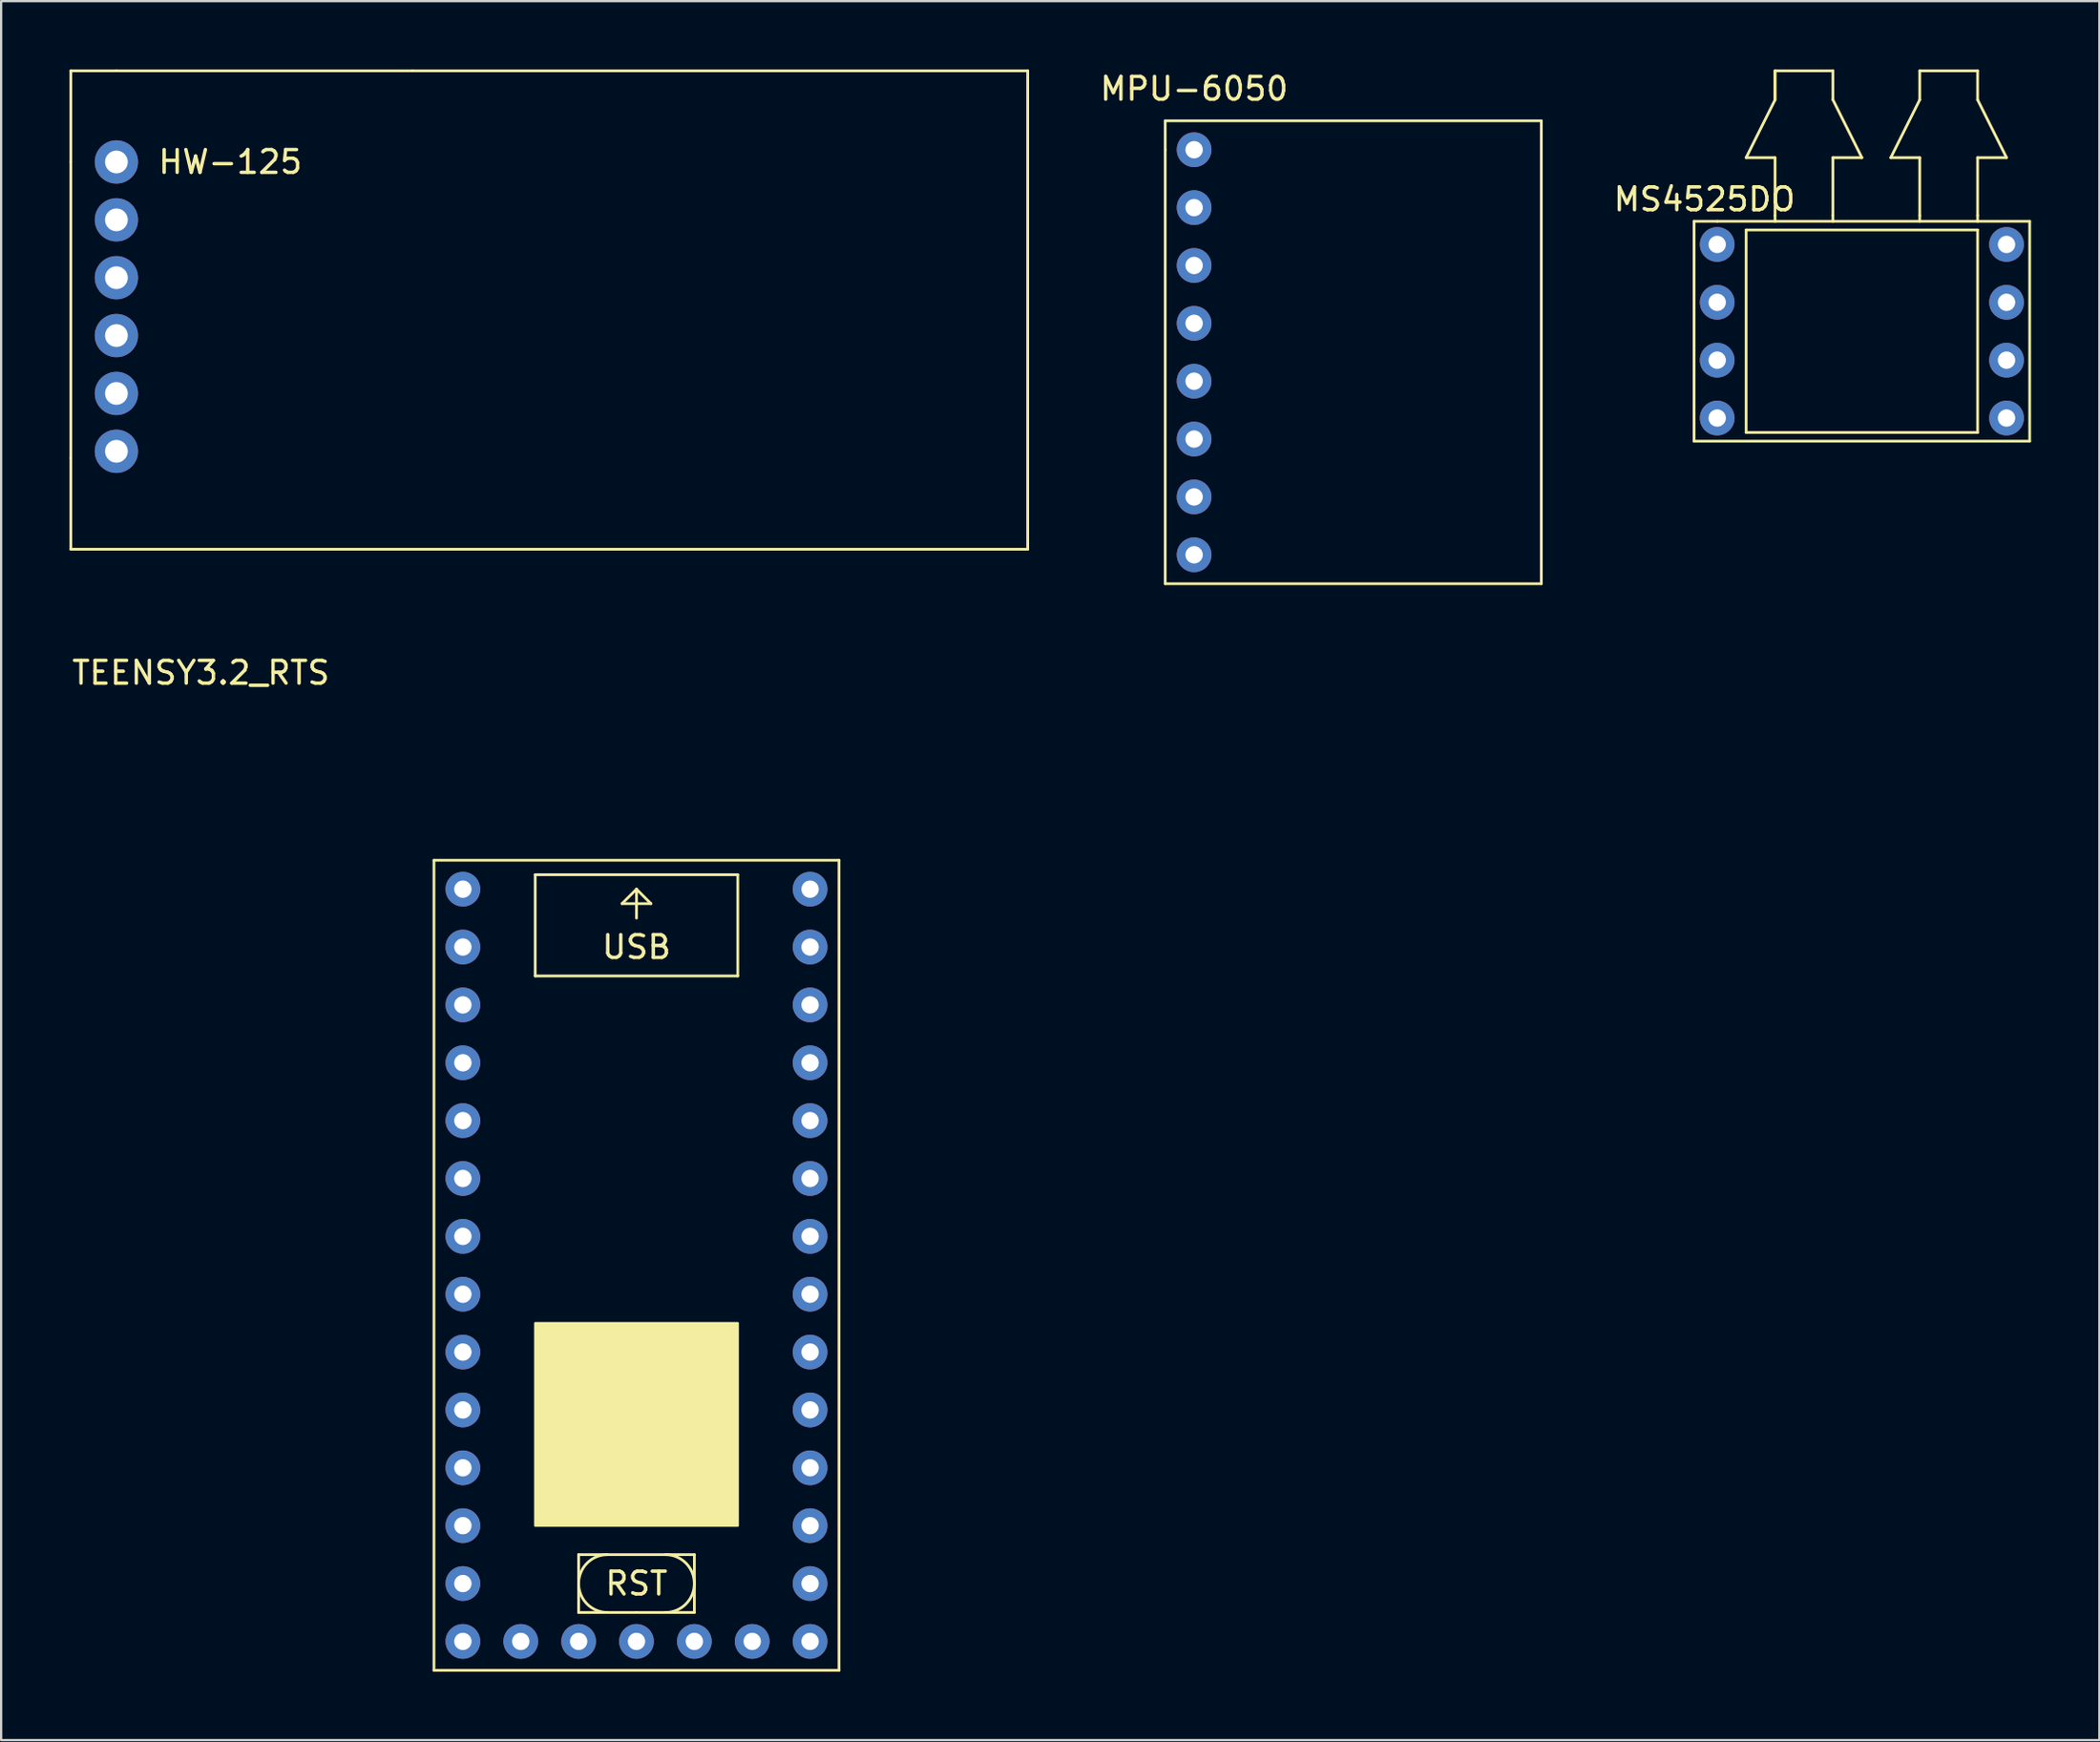
<source format=kicad_pcb>
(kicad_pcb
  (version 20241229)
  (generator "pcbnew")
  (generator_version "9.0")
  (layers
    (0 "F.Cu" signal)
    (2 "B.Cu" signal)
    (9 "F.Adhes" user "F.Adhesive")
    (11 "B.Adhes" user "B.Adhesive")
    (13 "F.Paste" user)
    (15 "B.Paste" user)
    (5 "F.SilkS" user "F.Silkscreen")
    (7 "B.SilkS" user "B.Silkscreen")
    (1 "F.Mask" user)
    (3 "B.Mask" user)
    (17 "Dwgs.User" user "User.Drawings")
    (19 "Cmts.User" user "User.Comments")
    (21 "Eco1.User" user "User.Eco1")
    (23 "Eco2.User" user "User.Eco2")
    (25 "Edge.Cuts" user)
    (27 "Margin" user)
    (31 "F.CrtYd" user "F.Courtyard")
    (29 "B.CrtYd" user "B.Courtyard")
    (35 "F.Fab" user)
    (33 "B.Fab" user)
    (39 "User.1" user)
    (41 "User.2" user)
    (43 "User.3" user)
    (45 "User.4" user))
  (footprint "TEENSY3.2_RTS"
    (layer "F.Cu")
    (at 17.268 35.981)
    (property "Reference" "TEENSY3.2_RTS" (at -11.5 -9.5 0) (layer "F.SilkS") (effects (font (size 1 1) (thickness 0.15))))
    (attr through_hole)
    (fp_line (start -1.27 -1.27) (end -1.27 34.29) (stroke (width 0.12) (type solid)) (layer "F.SilkS"))
    (fp_line (start -1.27 34.29) (end 16.51 34.29) (stroke (width 0.12) (type solid)) (layer "F.SilkS"))
    (fp_line (start 3.175 -0.635) (end 3.175 3.81) (stroke (width 0.12) (type solid)) (layer "F.SilkS"))
    (fp_line (start 3.175 3.81) (end 12.065 3.81) (stroke (width 0.12) (type solid)) (layer "F.SilkS"))
    (fp_line (start 5.08 29.21) (end 10.16 29.21) (stroke (width 0.12) (type solid)) (layer "F.SilkS"))
    (fp_line (start 5.08 31.75) (end 5.08 29.21) (stroke (width 0.12) (type solid)) (layer "F.SilkS"))
    (fp_line (start 6.985 0.635) (end 8.255 0.635) (stroke (width 0.12) (type solid)) (layer "F.SilkS"))
    (fp_line (start 7.62 0) (end 6.985 0.635) (stroke (width 0.12) (type solid)) (layer "F.SilkS"))
    (fp_line (start 7.62 0) (end 7.62 1.27) (stroke (width 0.12) (type solid)) (layer "F.SilkS"))
    (fp_line (start 7.62 31.75) (end 5.08 31.75) (stroke (width 0.12) (type solid)) (layer "F.SilkS"))
    (fp_line (start 8.255 0.635) (end 7.62 0) (stroke (width 0.12) (type solid)) (layer "F.SilkS"))
    (fp_line (start 10.16 29.21) (end 10.16 31.75) (stroke (width 0.12) (type solid)) (layer "F.SilkS"))
    (fp_line (start 10.16 31.75) (end 7.62 31.75) (stroke (width 0.12) (type solid)) (layer "F.SilkS"))
    (fp_line (start 12.065 -0.635) (end 3.175 -0.635) (stroke (width 0.12) (type solid)) (layer "F.SilkS"))
    (fp_line (start 12.065 3.81) (end 12.065 -0.635) (stroke (width 0.12) (type solid)) (layer "F.SilkS"))
    (fp_line (start 16.51 -1.27) (end -1.27 -1.27) (stroke (width 0.12) (type solid)) (layer "F.SilkS"))
    (fp_line (start 16.51 34.29) (end 16.51 -1.27) (stroke (width 0.12) (type solid)) (layer "F.SilkS"))
    (fp_arc (start 6.35 31.75) (mid 5.08 30.48) (end 6.35 29.21) (stroke (width 0.12) (type solid)) (layer "F.SilkS"))
    (fp_arc (start 8.89 29.21) (mid 10.16 30.48) (end 8.89 31.75) (stroke (width 0.12) (type solid)) (layer "F.SilkS"))
    (fp_poly (pts (xy 12.065 27.94) (xy 3.175 27.94) (xy 3.175 19.05) (xy 12.065 19.05)) (stroke (width 0.1) (type solid)) (fill yes) (layer "F.SilkS"))
    (fp_text user "RST" (at 7.62 30.48 0) (layer "F.SilkS") (effects (font (size 1 1) (thickness 0.15))))
    (fp_text user "USB" (at 7.62 2.54 0) (layer "F.SilkS") (effects (font (size 1 1) (thickness 0.15))))
    (pad "1" thru_hole circle (at 0 0) (size 1.524 1.524) (drill 0.762) (layers "*.Cu" "*.Mask"))
    (pad "2" thru_hole circle (at 0 2.54) (size 1.524 1.524) (drill 0.762) (layers "*.Cu" "*.Mask"))
    (pad "3" thru_hole circle (at 0 5.08) (size 1.524 1.524) (drill 0.762) (layers "*.Cu" "*.Mask"))
    (pad "4" thru_hole circle (at 0 7.62) (size 1.524 1.524) (drill 0.762) (layers "*.Cu" "*.Mask"))
    (pad "5" thru_hole circle (at 0 10.16) (size 1.524 1.524) (drill 0.762) (layers "*.Cu" "*.Mask"))
    (pad "6" thru_hole circle (at 0 12.7) (size 1.524 1.524) (drill 0.762) (layers "*.Cu" "*.Mask"))
    (pad "7" thru_hole circle (at 0 15.24) (size 1.524 1.524) (drill 0.762) (layers "*.Cu" "*.Mask"))
    (pad "8" thru_hole circle (at 0 17.78) (size 1.524 1.524) (drill 0.762) (layers "*.Cu" "*.Mask"))
    (pad "9" thru_hole circle (at 0 20.32) (size 1.524 1.524) (drill 0.762) (layers "*.Cu" "*.Mask"))
    (pad "10" thru_hole circle (at 0 22.86) (size 1.524 1.524) (drill 0.762) (layers "*.Cu" "*.Mask"))
    (pad "11" thru_hole circle (at 0 25.4) (size 1.524 1.524) (drill 0.762) (layers "*.Cu" "*.Mask"))
    (pad "12" thru_hole circle (at 0 27.94) (size 1.524 1.524) (drill 0.762) (layers "*.Cu" "*.Mask"))
    (pad "13" thru_hole circle (at 0 30.48) (size 1.524 1.524) (drill 0.762) (layers "*.Cu" "*.Mask"))
    (pad "14" thru_hole circle (at 0 33.02) (size 1.524 1.524) (drill 0.762) (layers "*.Cu" "*.Mask"))
    (pad "15" thru_hole circle (at 15.24 33.02) (size 1.524 1.524) (drill 0.762) (layers "*.Cu" "*.Mask"))
    (pad "16" thru_hole circle (at 15.24 30.48) (size 1.524 1.524) (drill 0.762) (layers "*.Cu" "*.Mask"))
    (pad "17" thru_hole circle (at 15.24 27.94) (size 1.524 1.524) (drill 0.762) (layers "*.Cu" "*.Mask"))
    (pad "18" thru_hole circle (at 15.24 25.4) (size 1.524 1.524) (drill 0.762) (layers "*.Cu" "*.Mask"))
    (pad "19" thru_hole circle (at 15.24 22.86) (size 1.524 1.524) (drill 0.762) (layers "*.Cu" "*.Mask"))
    (pad "20" thru_hole circle (at 15.24 20.32) (size 1.524 1.524) (drill 0.762) (layers "*.Cu" "*.Mask"))
    (pad "21" thru_hole circle (at 15.24 17.78) (size 1.524 1.524) (drill 0.762) (layers "*.Cu" "*.Mask"))
    (pad "22" thru_hole circle (at 15.24 15.24) (size 1.524 1.524) (drill 0.762) (layers "*.Cu" "*.Mask"))
    (pad "23" thru_hole circle (at 15.24 12.7) (size 1.524 1.524) (drill 0.762) (layers "*.Cu" "*.Mask"))
    (pad "24" thru_hole circle (at 15.24 10.16) (size 1.524 1.524) (drill 0.762) (layers "*.Cu" "*.Mask"))
    (pad "25" thru_hole circle (at 15.24 7.62) (size 1.524 1.524) (drill 0.762) (layers "*.Cu" "*.Mask"))
    (pad "26" thru_hole circle (at 15.24 5.08) (size 1.524 1.524) (drill 0.762) (layers "*.Cu" "*.Mask"))
    (pad "27" thru_hole circle (at 15.24 2.54) (size 1.524 1.524) (drill 0.762) (layers "*.Cu" "*.Mask"))
    (pad "28" thru_hole circle (at 15.24 0) (size 1.524 1.524) (drill 0.762) (layers "*.Cu" "*.Mask"))
    (pad "29" thru_hole circle (at 2.54 33.02) (size 1.524 1.524) (drill 0.762) (layers "*.Cu" "*.Mask"))
    (pad "30" thru_hole circle (at 5.08 33.02) (size 1.524 1.524) (drill 0.762) (layers "*.Cu" "*.Mask"))
    (pad "31" thru_hole circle (at 7.62 33.02) (size 1.524 1.524) (drill 0.762) (layers "*.Cu" "*.Mask"))
    (pad "32" thru_hole circle (at 10.16 33.02) (size 1.524 1.524) (drill 0.762) (layers "*.Cu" "*.Mask"))
    (pad "33" thru_hole circle (at 12.7 33.02) (size 1.524 1.524) (drill 0.762) (layers "*.Cu" "*.Mask")))
  (footprint "HW-125"
    (layer "F.Cu")
    (at 2.06 4.06)
    (property "Reference" "HW-125" (at 5 0 0) (layer "F.SilkS") (effects (font (size 1 1) (thickness 0.15))))
    (attr through_hole)
    (fp_line (start -2 -4) (end -2 0) (stroke (width 0.12) (type solid)) (layer "F.SilkS"))
    (fp_line (start -2 0) (end -2 13) (stroke (width 0.12) (type solid)) (layer "F.SilkS"))
    (fp_line (start -2 13) (end -2 17) (stroke (width 0.12) (type solid)) (layer "F.SilkS"))
    (fp_line (start -2 17) (end 40 17) (stroke (width 0.12) (type solid)) (layer "F.SilkS"))
    (fp_line (start 0 -4) (end -2 -4) (stroke (width 0.12) (type solid)) (layer "F.SilkS"))
    (fp_line (start 0 -4) (end 13 -4) (stroke (width 0.12) (type solid)) (layer "F.SilkS"))
    (fp_line (start 40 -4) (end 13 -4) (stroke (width 0.12) (type solid)) (layer "F.SilkS"))
    (fp_line (start 40 17) (end 40 -4) (stroke (width 0.12) (type solid)) (layer "F.SilkS"))
    (pad "1" thru_hole circle (at 0 0) (size 1.9 1.9) (drill 1) (layers "*.Cu" "*.Mask"))
    (pad "2" thru_hole circle (at 0 2.54) (size 1.9 1.9) (drill 1) (layers "*.Cu" "*.Mask"))
    (pad "3" thru_hole circle (at 0 5.08) (size 1.9 1.9) (drill 1) (layers "*.Cu" "*.Mask"))
    (pad "4" thru_hole circle (at 0 7.62) (size 1.9 1.9) (drill 1) (layers "*.Cu" "*.Mask"))
    (pad "5" thru_hole circle (at 0 10.16) (size 1.9 1.9) (drill 1) (layers "*.Cu" "*.Mask"))
    (pad "6" thru_hole circle (at 0 12.7) (size 1.9 1.9) (drill 1) (layers "*.Cu" "*.Mask")))
  (footprint "MPU-6050"
    (layer "F.Cu")
    (at 49.364 3.523)
    (property "Reference" "MPU-6050" (at 0 -2.675 0) (layer "F.SilkS") (effects (font (size 1 1) (thickness 0.15))))
    (attr through_hole)
    (fp_line (start -1.27 -1.27) (end -1.27 0) (stroke (width 0.12) (type solid)) (layer "F.SilkS"))
    (fp_line (start -1.27 0) (end -1.27 19.05) (stroke (width 0.12) (type solid)) (layer "F.SilkS"))
    (fp_line (start -1.27 19.05) (end 15.24 19.05) (stroke (width 0.12) (type solid)) (layer "F.SilkS"))
    (fp_line (start 15.24 -1.27) (end -1.27 -1.27) (stroke (width 0.12) (type solid)) (layer "F.SilkS"))
    (fp_line (start 15.24 19.05) (end 15.24 -1.27) (stroke (width 0.12) (type solid)) (layer "F.SilkS"))
    (pad "1" thru_hole circle (at 0 0) (size 1.524 1.524) (drill 0.762) (layers "*.Cu" "*.Mask"))
    (pad "2" thru_hole circle (at 0 2.54) (size 1.524 1.524) (drill 0.762) (layers "*.Cu" "*.Mask"))
    (pad "3" thru_hole circle (at 0 5.08) (size 1.524 1.524) (drill 0.762) (layers "*.Cu" "*.Mask"))
    (pad "4" thru_hole circle (at 0 7.62) (size 1.524 1.524) (drill 0.762) (layers "*.Cu" "*.Mask"))
    (pad "5" thru_hole circle (at 0 10.16) (size 1.524 1.524) (drill 0.762) (layers "*.Cu" "*.Mask"))
    (pad "6" thru_hole circle (at 0 12.7) (size 1.524 1.524) (drill 0.762) (layers "*.Cu" "*.Mask"))
    (pad "7" thru_hole circle (at 0 15.24) (size 1.524 1.524) (drill 0.762) (layers "*.Cu" "*.Mask"))
    (pad "8" thru_hole circle (at 0 17.78) (size 1.524 1.524) (drill 0.762) (layers "*.Cu" "*.Mask")))
  (footprint "MS4525DO"
    (layer "F.Cu")
    (at 72.324 7.68)
    (property "Reference" "MS4525DO" (at -0.559 -1.981 0) (layer "F.SilkS") (effects (font (size 1 1) (thickness 0.15))))
    (attr through_hole)
    (fp_line (start -1.016 -1.016) (end 0 -1.016) (stroke (width 0.12) (type solid)) (layer "F.SilkS"))
    (fp_line (start -1.016 8.636) (end -1.016 -1.016) (stroke (width 0.12) (type solid)) (layer "F.SilkS"))
    (fp_line (start 0 -1.016) (end 13.716 -1.016) (stroke (width 0.12) (type solid)) (layer "F.SilkS"))
    (fp_line (start 1.27 -3.81) (end 2.54 -3.81) (stroke (width 0.12) (type solid)) (layer "F.SilkS"))
    (fp_line (start 1.27 -0.635) (end 1.27 8.255) (stroke (width 0.12) (type solid)) (layer "F.SilkS"))
    (fp_line (start 1.27 8.255) (end 11.43 8.255) (stroke (width 0.12) (type solid)) (layer "F.SilkS"))
    (fp_line (start 2.54 -7.62) (end 2.54 -6.35) (stroke (width 0.12) (type solid)) (layer "F.SilkS"))
    (fp_line (start 2.54 -7.62) (end 5.08 -7.62) (stroke (width 0.12) (type solid)) (layer "F.SilkS"))
    (fp_line (start 2.54 -6.35) (end 1.27 -3.81) (stroke (width 0.12) (type solid)) (layer "F.SilkS"))
    (fp_line (start 2.54 -6.35) (end 2.54 -7.62) (stroke (width 0.12) (type solid)) (layer "F.SilkS"))
    (fp_line (start 2.54 -3.81) (end 2.54 -1.27) (stroke (width 0.12) (type solid)) (layer "F.SilkS"))
    (fp_line (start 2.54 -1.27) (end 2.54 -1.016) (stroke (width 0.12) (type solid)) (layer "F.SilkS"))
    (fp_line (start 5.08 -7.62) (end 5.08 -6.35) (stroke (width 0.12) (type solid)) (layer "F.SilkS"))
    (fp_line (start 5.08 -6.35) (end 6.35 -3.81) (stroke (width 0.12) (type solid)) (layer "F.SilkS"))
    (fp_line (start 5.08 -3.81) (end 5.08 -1.27) (stroke (width 0.12) (type solid)) (layer "F.SilkS"))
    (fp_line (start 5.08 -1.27) (end 5.08 -1.016) (stroke (width 0.12) (type solid)) (layer "F.SilkS"))
    (fp_line (start 6.35 -3.81) (end 5.08 -3.81) (stroke (width 0.12) (type solid)) (layer "F.SilkS"))
    (fp_line (start 7.62 -3.81) (end 8.89 -6.35) (stroke (width 0.12) (type solid)) (layer "F.SilkS"))
    (fp_line (start 7.62 -3.81) (end 8.89 -3.81) (stroke (width 0.12) (type solid)) (layer "F.SilkS"))
    (fp_line (start 8.89 -7.62) (end 11.43 -7.62) (stroke (width 0.12) (type solid)) (layer "F.SilkS"))
    (fp_line (start 8.89 -6.35) (end 8.89 -7.62) (stroke (width 0.12) (type solid)) (layer "F.SilkS"))
    (fp_line (start 8.89 -3.81) (end 8.89 -1.27) (stroke (width 0.12) (type solid)) (layer "F.SilkS"))
    (fp_line (start 8.89 -1.27) (end 8.89 -1.016) (stroke (width 0.12) (type solid)) (layer "F.SilkS"))
    (fp_line (start 11.43 -7.62) (end 11.43 -6.35) (stroke (width 0.12) (type solid)) (layer "F.SilkS"))
    (fp_line (start 11.43 -6.35) (end 12.7 -3.81) (stroke (width 0.12) (type solid)) (layer "F.SilkS"))
    (fp_line (start 11.43 -3.81) (end 11.43 -1.27) (stroke (width 0.12) (type solid)) (layer "F.SilkS"))
    (fp_line (start 11.43 -1.27) (end 11.43 -1.016) (stroke (width 0.12) (type solid)) (layer "F.SilkS"))
    (fp_line (start 11.43 -0.635) (end 1.27 -0.635) (stroke (width 0.12) (type solid)) (layer "F.SilkS"))
    (fp_line (start 11.43 8.255) (end 11.43 -0.635) (stroke (width 0.12) (type solid)) (layer "F.SilkS"))
    (fp_line (start 12.7 -3.81) (end 11.43 -3.81) (stroke (width 0.12) (type solid)) (layer "F.SilkS"))
    (fp_line (start 13.716 -1.016) (end 13.716 8.636) (stroke (width 0.12) (type solid)) (layer "F.SilkS"))
    (fp_line (start 13.716 8.636) (end -1.016 8.636) (stroke (width 0.12) (type solid)) (layer "F.SilkS"))
    (pad "1" thru_hole circle (at 0 0) (size 1.524 1.524) (drill 0.762) (layers "*.Cu" "*.Mask"))
    (pad "2" thru_hole circle (at 0 2.54) (size 1.524 1.524) (drill 0.762) (layers "*.Cu" "*.Mask"))
    (pad "3" thru_hole circle (at 0 5.08) (size 1.524 1.524) (drill 0.762) (layers "*.Cu" "*.Mask"))
    (pad "4" thru_hole circle (at 0 7.62) (size 1.524 1.524) (drill 0.762) (layers "*.Cu" "*.Mask"))
    (pad "5" thru_hole circle (at 12.7 7.62) (size 1.524 1.524) (drill 0.762) (layers "*.Cu" "*.Mask"))
    (pad "6" thru_hole circle (at 12.7 5.08) (size 1.524 1.524) (drill 0.762) (layers "*.Cu" "*.Mask"))
    (pad "7" thru_hole circle (at 12.7 2.54) (size 1.524 1.524) (drill 0.762) (layers "*.Cu" "*.Mask"))
    (pad "8" thru_hole circle (at 12.7 0) (size 1.524 1.524) (drill 0.762) (layers "*.Cu" "*.Mask")))
  (gr_rect
    (start -3 -3)
    (end 89.1 73.332)
    (stroke (width 0.1) (type default))
    (fill no)
    (layer "Edge.Cuts")))
</source>
